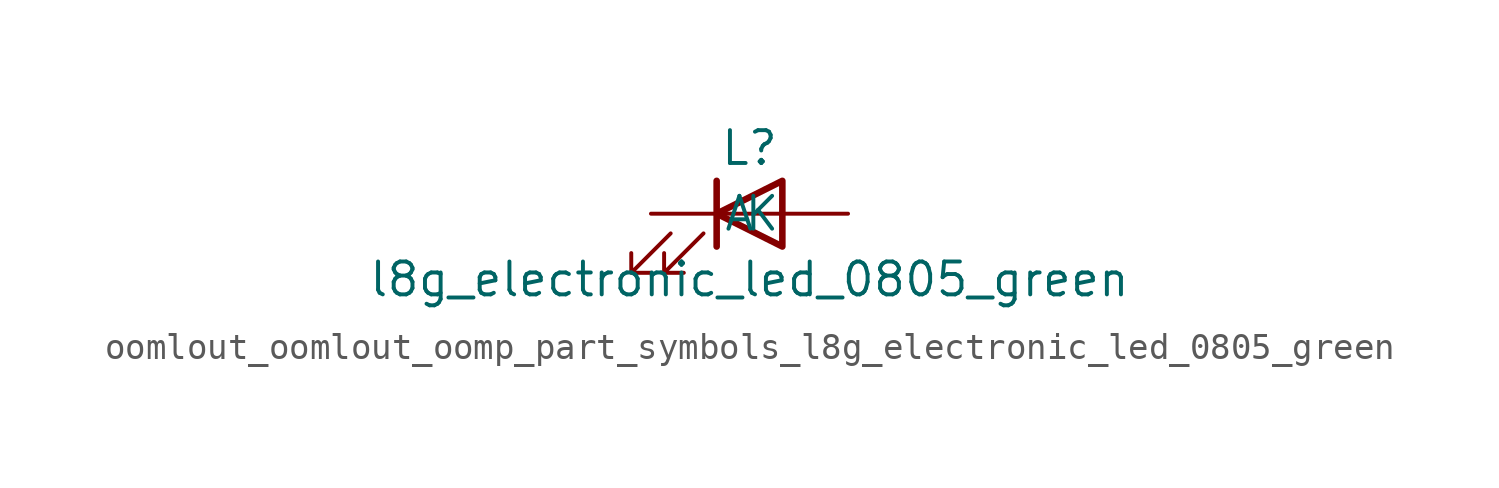
<source format=kicad_sym>
(kicad_symbol_lib
  (version 20220914)
  (generator kicad_symbol_editor)
  (symbol "oomlout_oomlout_oomp_part_symbols_l8g_electronic_led_0805_green"
    (pin_numbers hide)
    (pin_names
      (offset 1.016))
    (property "Reference" "L"
      (at 0 2.54 0)
      (effects (font (size 1.27 1.27))))
    (property "Value" "l8g_electronic_led_0805_green"
      (at 0 -2.54 0)
      (effects (font (size 1.27 1.27))))
    (symbol "oomlout_oomlout_oomp_part_symbols_l8g_electronic_led_0805_green_0_1"
      (polyline (pts (xy -1.27 -1.27) (xy -1.27 1.27)) (stroke (width 0.254) (type default)) (fill (type none)))
      (polyline (pts (xy -1.27 0) (xy 1.27 0)) (stroke (width 0) (type default)) (fill (type none)))
      (polyline (pts (xy 1.27 -1.27) (xy 1.27 1.27) (xy -1.27 0) (xy 1.27 -1.27)) (stroke (width 0.254) (type default)) (fill (type none)))
      (polyline (pts (xy -3.048 -0.762) (xy -4.572 -2.286) (xy -3.81 -2.286) (xy -4.572 -2.286) (xy -4.572 -1.524)) (stroke (width 0) (type default)) (fill (type none)))
      (polyline (pts (xy -1.778 -0.762) (xy -3.302 -2.286) (xy -2.54 -2.286) (xy -3.302 -2.286) (xy -3.302 -1.524)) (stroke (width 0) (type default)) (fill (type none))))
    (symbol "oomlout_oomlout_oomp_part_symbols_l8g_electronic_led_0805_green_1_1"
      (pin passive line (at -3.81 0 0) (length 2.54) (name "K" (effects (font (size 1.27 1.27)))) (number "1" (effects (font (size 1.27 1.27)))))
      (pin passive line (at 3.81 0 180) (length 2.54) (name "A" (effects (font (size 1.27 1.27)))) (number "2" (effects (font (size 1.27 1.27))))))))
</source>
